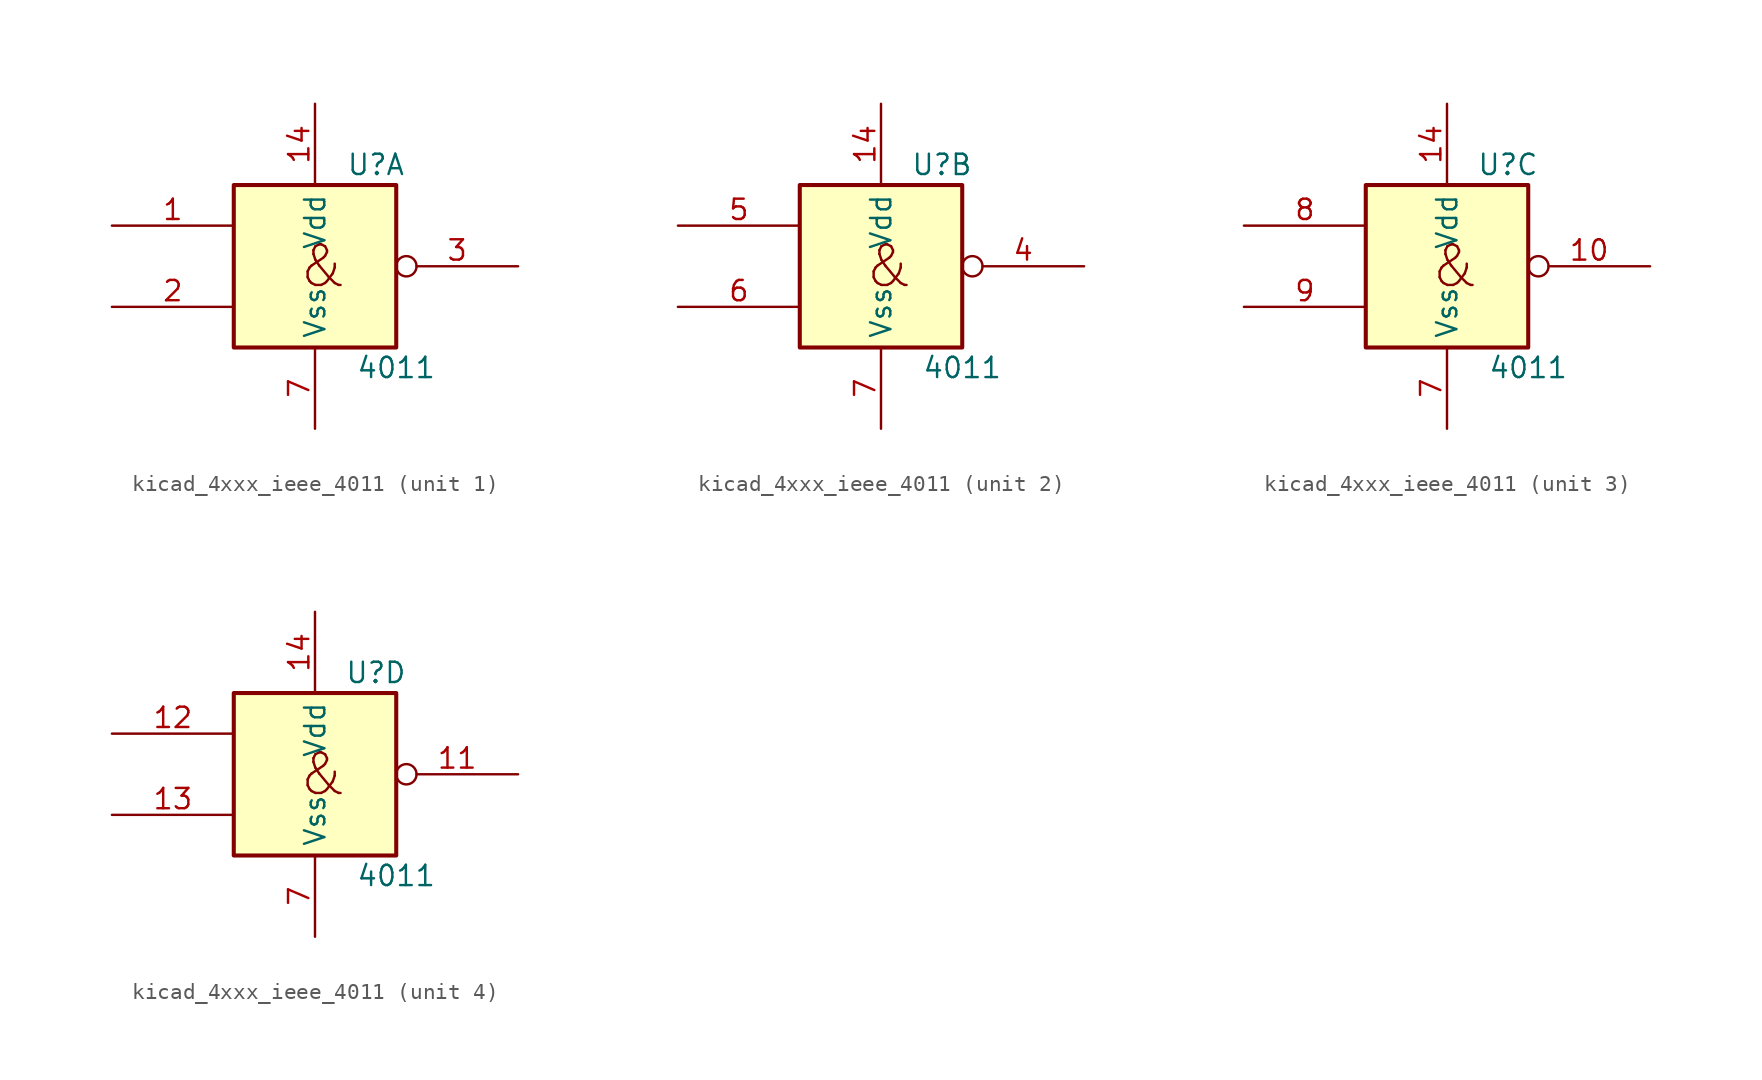
<source format=kicad_sym>
(kicad_symbol_lib
  (version 20220914)
  (generator kicad_symbol_editor)
  (symbol "kicad_4xxx_ieee_4011"
    (property "Reference" "U"
      (at 3.81 6.35 0)
      (effects (font (size 1.27 1.27))))
    (property "Value" "4011"
      (at 5.08 -6.35 0)
      (effects (font (size 1.27 1.27))))
    (symbol "kicad_4xxx_ieee_4011_0_0"
      (rectangle (start -5.08 5.08) (end 5.08 -5.08) (stroke (width 0.254) (type default)) (fill (type background)))
      (text "&" (at 0.508 0 0) (effects (font (size 2.54 2.54)))))
    (symbol "kicad_4xxx_ieee_4011_0_1"
      (pin power_in line (at 0 10.16 270) (length 5.08) (name "Vdd" (effects (font (size 1.27 1.27)))) (number "14" (effects (font (size 1.27 1.27)))))
      (pin power_in line (at 0 -10.16 90) (length 5.08) (name "Vss" (effects (font (size 1.27 1.27)))) (number "7" (effects (font (size 1.27 1.27))))))
    (symbol "kicad_4xxx_ieee_4011_1_1"
      (pin input line (at -12.7 2.54 0) (length 7.62) (name "~" (effects (font (size 1.27 1.27)))) (number "1" (effects (font (size 1.27 1.27)))))
      (pin input line (at -12.7 -2.54 0) (length 7.62) (name "~" (effects (font (size 1.27 1.27)))) (number "2" (effects (font (size 1.27 1.27)))))
      (pin output inverted (at 12.7 0 180) (length 7.62) (name "~" (effects (font (size 1.27 1.27)))) (number "3" (effects (font (size 1.27 1.27))))))
    (symbol "kicad_4xxx_ieee_4011_2_1"
      (pin output inverted (at 12.7 0 180) (length 7.62) (name "~" (effects (font (size 1.27 1.27)))) (number "4" (effects (font (size 1.27 1.27)))))
      (pin input line (at -12.7 2.54 0) (length 7.62) (name "~" (effects (font (size 1.27 1.27)))) (number "5" (effects (font (size 1.27 1.27)))))
      (pin input line (at -12.7 -2.54 0) (length 7.62) (name "~" (effects (font (size 1.27 1.27)))) (number "6" (effects (font (size 1.27 1.27))))))
    (symbol "kicad_4xxx_ieee_4011_3_1"
      (pin output inverted (at 12.7 0 180) (length 7.62) (name "~" (effects (font (size 1.27 1.27)))) (number "10" (effects (font (size 1.27 1.27)))))
      (pin input line (at -12.7 2.54 0) (length 7.62) (name "~" (effects (font (size 1.27 1.27)))) (number "8" (effects (font (size 1.27 1.27)))))
      (pin input line (at -12.7 -2.54 0) (length 7.62) (name "~" (effects (font (size 1.27 1.27)))) (number "9" (effects (font (size 1.27 1.27))))))
    (symbol "kicad_4xxx_ieee_4011_4_1"
      (pin output inverted (at 12.7 0 180) (length 7.62) (name "~" (effects (font (size 1.27 1.27)))) (number "11" (effects (font (size 1.27 1.27)))))
      (pin input line (at -12.7 2.54 0) (length 7.62) (name "~" (effects (font (size 1.27 1.27)))) (number "12" (effects (font (size 1.27 1.27)))))
      (pin input line (at -12.7 -2.54 0) (length 7.62) (name "~" (effects (font (size 1.27 1.27)))) (number "13" (effects (font (size 1.27 1.27))))))))
</source>
